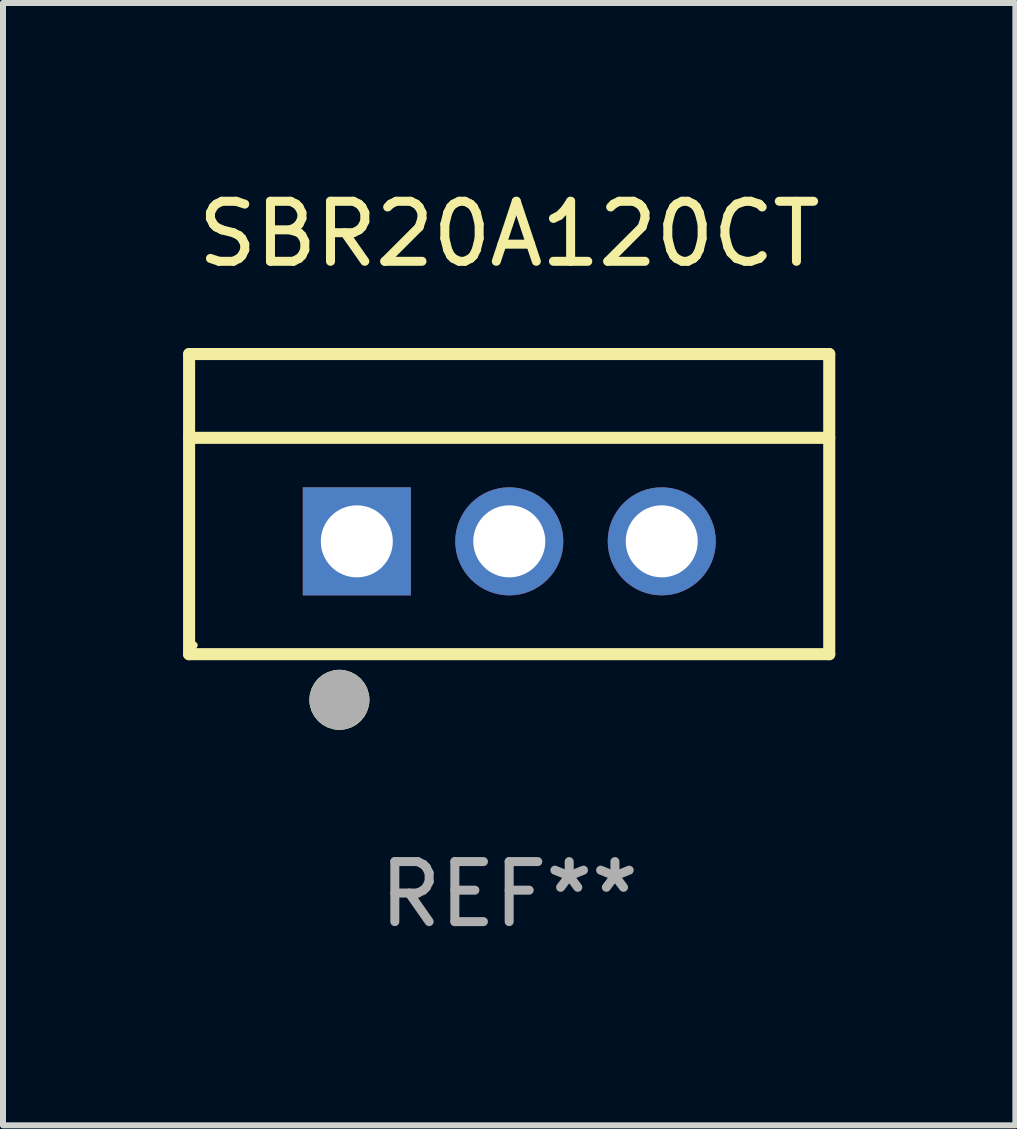
<source format=kicad_pcb>
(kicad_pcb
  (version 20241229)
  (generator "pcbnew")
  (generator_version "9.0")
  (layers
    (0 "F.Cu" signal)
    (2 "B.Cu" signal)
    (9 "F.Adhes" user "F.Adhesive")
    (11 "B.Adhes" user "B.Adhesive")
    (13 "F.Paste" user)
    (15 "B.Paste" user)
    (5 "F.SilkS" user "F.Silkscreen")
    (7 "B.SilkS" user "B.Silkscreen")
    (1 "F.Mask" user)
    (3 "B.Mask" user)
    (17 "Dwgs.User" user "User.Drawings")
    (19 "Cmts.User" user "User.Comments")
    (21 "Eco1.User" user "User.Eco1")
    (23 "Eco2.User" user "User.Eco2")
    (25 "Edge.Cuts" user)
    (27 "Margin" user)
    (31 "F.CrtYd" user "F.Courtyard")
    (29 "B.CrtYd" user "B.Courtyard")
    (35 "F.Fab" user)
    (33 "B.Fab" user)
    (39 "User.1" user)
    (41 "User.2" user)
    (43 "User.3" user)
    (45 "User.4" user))
  (footprint "SBR20A120CT"
    (layer "F.Cu")
    (at 5.432 5.348)
    (property "Reference" "SBR20A120CT" (at 0 -4.5 0) (layer "F.SilkS") (effects (font (size 1 1) (thickness 0.15))))
    (attr through_hole)
    (fp_line (start -5.332 2.5) (end -5.332 -2.5) (stroke (width 0.201) (type solid)) (layer "F.SilkS"))
    (fp_line (start -5.328 -2.5) (end 5.332 -2.5) (stroke (width 0.201) (type solid)) (layer "F.SilkS"))
    (fp_line (start -5.328 -1.104) (end 5.332 -1.104) (stroke (width 0.201) (type solid)) (layer "F.SilkS"))
    (fp_line (start 5.332 -2.5) (end 5.332 2.5) (stroke (width 0.201) (type solid)) (layer "F.SilkS"))
    (fp_line (start 5.332 2.5) (end -5.332 2.5) (stroke (width 0.201) (type solid)) (layer "F.SilkS"))
    (fp_circle (center -5.248 2.35) (end -5.218 2.35) (stroke (width 0.06) (type solid)) (fill no) (layer "F.SilkS"))
    (fp_circle (center -2.828 3.26) (end -2.578 3.26) (stroke (width 0.5) (type solid)) (fill no) (layer "F.SilkS"))
    (fp_circle (center -2.828 3.26) (end -2.578 3.26) (stroke (width 0.5) (type solid)) (fill no) (layer "F.Fab"))
    (fp_text user "REF**" (at 0 6.5 0) (layer "F.Fab") (effects (font (size 1 1) (thickness 0.15))))
    (pad "1" thru_hole rect (at -2.538 0.62) (size 1.8 1.8) (drill 1.2) (layers "*.Cu" "*.Mask"))
    (pad "2" thru_hole circle (at 0.002 0.62) (size 1.8 1.8) (drill 1.2) (layers "*.Cu" "*.Mask"))
    (pad "3" thru_hole circle (at 2.542 0.62) (size 1.8 1.8) (drill 1.2) (layers "*.Cu" "*.Mask")))
  (gr_rect
    (start -3 -3)
    (end 13.865 15.697)
    (stroke (width 0.1) (type default))
    (fill no)
    (layer "Edge.Cuts")))
</source>
